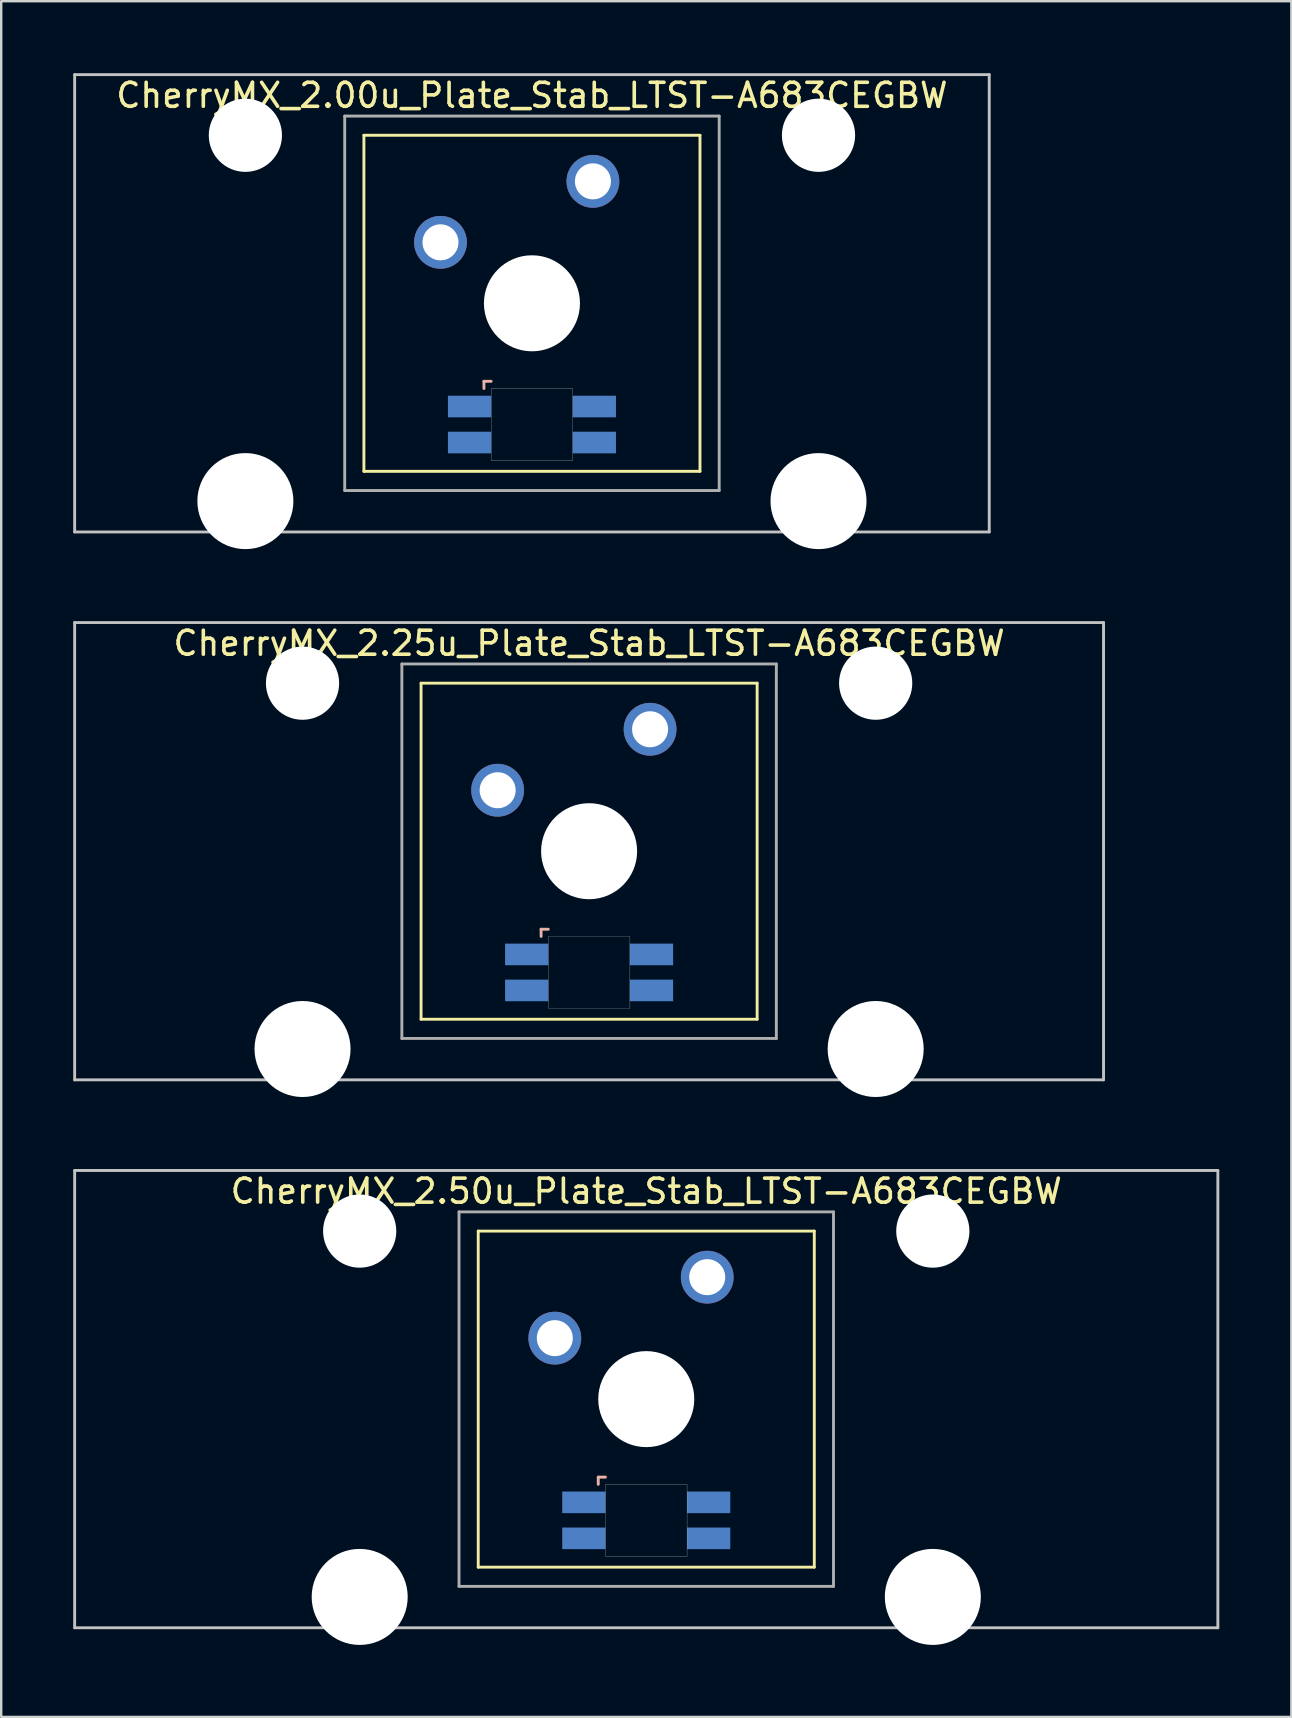
<source format=kicad_pcb>
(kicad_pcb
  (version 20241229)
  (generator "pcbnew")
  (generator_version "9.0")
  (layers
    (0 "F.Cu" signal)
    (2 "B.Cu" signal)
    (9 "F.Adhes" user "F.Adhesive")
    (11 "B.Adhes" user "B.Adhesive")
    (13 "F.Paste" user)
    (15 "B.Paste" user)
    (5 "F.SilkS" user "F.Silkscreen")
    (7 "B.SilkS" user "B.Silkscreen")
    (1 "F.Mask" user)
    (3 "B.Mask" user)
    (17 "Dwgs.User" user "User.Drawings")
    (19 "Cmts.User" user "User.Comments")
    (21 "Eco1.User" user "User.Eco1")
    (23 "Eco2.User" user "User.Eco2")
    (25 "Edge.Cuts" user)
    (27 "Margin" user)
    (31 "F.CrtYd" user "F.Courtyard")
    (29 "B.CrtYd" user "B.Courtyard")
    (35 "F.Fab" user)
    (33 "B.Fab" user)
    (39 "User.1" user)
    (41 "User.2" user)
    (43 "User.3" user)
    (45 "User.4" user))
  (footprint "CherryMX_2.00u_Plate_Stab_LTST-A683CEGBW"
    (layer "F.Cu")
    (at 19.11 9.585)
    (property "Reference" "CherryMX_2.00u_Plate_Stab_LTST-A683CEGBW" (at 0 -8.662 0) (layer "F.SilkS") (effects (font (size 1 1) (thickness 0.15))))
    (attr through_hole)
    (fp_line (start -7 -7) (end -7 7) (stroke (width 0.12) (type solid)) (layer "F.SilkS"))
    (fp_line (start -7 -7) (end 7 -7) (stroke (width 0.12) (type solid)) (layer "F.SilkS"))
    (fp_line (start 7 -7) (end 7 7) (stroke (width 0.12) (type solid)) (layer "F.SilkS"))
    (fp_line (start 7 7) (end -7 7) (stroke (width 0.12) (type solid)) (layer "F.SilkS"))
    (fp_line (start -2 3.25) (end -2 3.55) (stroke (width 0.12) (type solid)) (layer "B.SilkS"))
    (fp_line (start -1.7 3.25) (end -2 3.25) (stroke (width 0.12) (type solid)) (layer "B.SilkS"))
    (fp_line (start -19.05 -9.525) (end 19.05 -9.525) (stroke (width 0.12) (type solid)) (layer "Dwgs.User"))
    (fp_line (start -19.05 9.525) (end -19.05 -9.525) (stroke (width 0.12) (type solid)) (layer "Dwgs.User"))
    (fp_line (start 19.05 -9.525) (end 19.05 9.525) (stroke (width 0.12) (type solid)) (layer "Dwgs.User"))
    (fp_line (start 19.05 9.525) (end -19.05 9.525) (stroke (width 0.12) (type solid)) (layer "Dwgs.User"))
    (fp_poly (pts (xy 1.7 6.55) (xy -1.7 6.55) (xy -1.7 3.55) (xy 1.7 3.55)) (stroke (width 0.01) (type solid)) (fill no) (layer "Edge.Cuts"))
    (fp_line (start -7.8 -7.8) (end -7.8 7.8) (stroke (width 0.12) (type solid)) (layer "F.Fab"))
    (fp_line (start -7.8 -7.8) (end 7.8 -7.8) (stroke (width 0.12) (type solid)) (layer "F.Fab"))
    (fp_line (start -7.8 7.8) (end 7.8 7.8) (stroke (width 0.12) (type solid)) (layer "F.Fab"))
    (fp_line (start 7.8 -7.8) (end 7.8 7.8) (stroke (width 0.12) (type solid)) (layer "F.Fab"))
    (pad "" np_thru_hole circle (at -11.938 -7) (size 3.05 3.05) (drill 3.05) (layers "*.Cu" "*.Mask"))
    (pad "" np_thru_hole circle (at -11.938 8.24) (size 4 4) (drill 4) (layers "*.Cu" "*.Mask"))
    (pad "" np_thru_hole circle (at 0 0) (size 4 4) (drill 4) (layers "*.Cu" "*.Mask"))
    (pad "" np_thru_hole circle (at 11.938 -7) (size 3.05 3.05) (drill 3.05) (layers "*.Cu" "*.Mask"))
    (pad "" np_thru_hole circle (at 11.938 8.24) (size 4 4) (drill 4) (layers "*.Cu" "*.Mask"))
    (pad "1" thru_hole circle (at -3.81 -2.54) (size 2.2 2.2) (drill 1.5) (layers "*.Cu" "*.Mask"))
    (pad "2" thru_hole circle (at 2.54 -5.08) (size 2.2 2.2) (drill 1.5) (layers "*.Cu" "*.Mask"))
    (pad "3" smd rect (at -2.6 4.3) (size 1.8 0.9) (layers "B.Cu" "B.Mask" "B.Paste"))
    (pad "4" smd rect (at -2.6 5.8) (size 1.8 0.9) (layers "B.Cu" "B.Mask" "B.Paste"))
    (pad "5" smd rect (at 2.6 4.3) (size 1.8 0.9) (layers "B.Cu" "B.Mask" "B.Paste"))
    (pad "6" smd rect (at 2.6 5.8) (size 1.8 0.9) (layers "B.Cu" "B.Mask" "B.Paste")))
  (footprint "CherryMX_2.50u_Plate_Stab_LTST-A683CEGBW"
    (layer "F.Cu")
    (at 23.872 55.235)
    (property "Reference" "CherryMX_2.50u_Plate_Stab_LTST-A683CEGBW" (at 0 -8.662 0) (layer "F.SilkS") (effects (font (size 1 1) (thickness 0.15))))
    (attr through_hole)
    (fp_line (start -7 -7) (end -7 7) (stroke (width 0.12) (type solid)) (layer "F.SilkS"))
    (fp_line (start -7 -7) (end 7 -7) (stroke (width 0.12) (type solid)) (layer "F.SilkS"))
    (fp_line (start 7 -7) (end 7 7) (stroke (width 0.12) (type solid)) (layer "F.SilkS"))
    (fp_line (start 7 7) (end -7 7) (stroke (width 0.12) (type solid)) (layer "F.SilkS"))
    (fp_line (start -2 3.25) (end -2 3.55) (stroke (width 0.12) (type solid)) (layer "B.SilkS"))
    (fp_line (start -1.7 3.25) (end -2 3.25) (stroke (width 0.12) (type solid)) (layer "B.SilkS"))
    (fp_line (start -23.812 -9.525) (end 23.812 -9.525) (stroke (width 0.12) (type solid)) (layer "Dwgs.User"))
    (fp_line (start -23.812 9.525) (end -23.812 -9.525) (stroke (width 0.12) (type solid)) (layer "Dwgs.User"))
    (fp_line (start 23.812 -9.525) (end 23.812 9.525) (stroke (width 0.12) (type solid)) (layer "Dwgs.User"))
    (fp_line (start 23.812 9.525) (end -23.812 9.525) (stroke (width 0.12) (type solid)) (layer "Dwgs.User"))
    (fp_poly (pts (xy 1.7 6.55) (xy -1.7 6.55) (xy -1.7 3.55) (xy 1.7 3.55)) (stroke (width 0.01) (type solid)) (fill no) (layer "Edge.Cuts"))
    (fp_line (start -7.8 -7.8) (end -7.8 7.8) (stroke (width 0.12) (type solid)) (layer "F.Fab"))
    (fp_line (start -7.8 -7.8) (end 7.8 -7.8) (stroke (width 0.12) (type solid)) (layer "F.Fab"))
    (fp_line (start -7.8 7.8) (end 7.8 7.8) (stroke (width 0.12) (type solid)) (layer "F.Fab"))
    (fp_line (start 7.8 -7.8) (end 7.8 7.8) (stroke (width 0.12) (type solid)) (layer "F.Fab"))
    (pad "" np_thru_hole circle (at -11.938 -7) (size 3.05 3.05) (drill 3.05) (layers "*.Cu" "*.Mask"))
    (pad "" np_thru_hole circle (at -11.938 8.24) (size 4 4) (drill 4) (layers "*.Cu" "*.Mask"))
    (pad "" np_thru_hole circle (at 0 0) (size 4 4) (drill 4) (layers "*.Cu" "*.Mask"))
    (pad "" np_thru_hole circle (at 11.938 -7) (size 3.05 3.05) (drill 3.05) (layers "*.Cu" "*.Mask"))
    (pad "" np_thru_hole circle (at 11.938 8.24) (size 4 4) (drill 4) (layers "*.Cu" "*.Mask"))
    (pad "1" thru_hole circle (at -3.81 -2.54) (size 2.2 2.2) (drill 1.5) (layers "*.Cu" "*.Mask"))
    (pad "2" thru_hole circle (at 2.54 -5.08) (size 2.2 2.2) (drill 1.5) (layers "*.Cu" "*.Mask"))
    (pad "3" smd rect (at -2.6 4.3) (size 1.8 0.9) (layers "B.Cu" "B.Mask" "B.Paste"))
    (pad "4" smd rect (at -2.6 5.8) (size 1.8 0.9) (layers "B.Cu" "B.Mask" "B.Paste"))
    (pad "5" smd rect (at 2.6 4.3) (size 1.8 0.9) (layers "B.Cu" "B.Mask" "B.Paste"))
    (pad "6" smd rect (at 2.6 5.8) (size 1.8 0.9) (layers "B.Cu" "B.Mask" "B.Paste")))
  (footprint "CherryMX_2.25u_Plate_Stab_LTST-A683CEGBW"
    (layer "F.Cu")
    (at 21.491 32.41)
    (property "Reference" "CherryMX_2.25u_Plate_Stab_LTST-A683CEGBW" (at 0 -8.662 0) (layer "F.SilkS") (effects (font (size 1 1) (thickness 0.15))))
    (attr through_hole)
    (fp_line (start -7 -7) (end -7 7) (stroke (width 0.12) (type solid)) (layer "F.SilkS"))
    (fp_line (start -7 -7) (end 7 -7) (stroke (width 0.12) (type solid)) (layer "F.SilkS"))
    (fp_line (start 7 -7) (end 7 7) (stroke (width 0.12) (type solid)) (layer "F.SilkS"))
    (fp_line (start 7 7) (end -7 7) (stroke (width 0.12) (type solid)) (layer "F.SilkS"))
    (fp_line (start -2 3.25) (end -2 3.55) (stroke (width 0.12) (type solid)) (layer "B.SilkS"))
    (fp_line (start -1.7 3.25) (end -2 3.25) (stroke (width 0.12) (type solid)) (layer "B.SilkS"))
    (fp_line (start -21.431 -9.525) (end 21.431 -9.525) (stroke (width 0.12) (type solid)) (layer "Dwgs.User"))
    (fp_line (start -21.431 9.525) (end -21.431 -9.525) (stroke (width 0.12) (type solid)) (layer "Dwgs.User"))
    (fp_line (start 21.431 -9.525) (end 21.431 9.525) (stroke (width 0.12) (type solid)) (layer "Dwgs.User"))
    (fp_line (start 21.431 9.525) (end -21.431 9.525) (stroke (width 0.12) (type solid)) (layer "Dwgs.User"))
    (fp_poly (pts (xy 1.7 6.55) (xy -1.7 6.55) (xy -1.7 3.55) (xy 1.7 3.55)) (stroke (width 0.01) (type solid)) (fill no) (layer "Edge.Cuts"))
    (fp_line (start -7.8 -7.8) (end -7.8 7.8) (stroke (width 0.12) (type solid)) (layer "F.Fab"))
    (fp_line (start -7.8 -7.8) (end 7.8 -7.8) (stroke (width 0.12) (type solid)) (layer "F.Fab"))
    (fp_line (start -7.8 7.8) (end 7.8 7.8) (stroke (width 0.12) (type solid)) (layer "F.Fab"))
    (fp_line (start 7.8 -7.8) (end 7.8 7.8) (stroke (width 0.12) (type solid)) (layer "F.Fab"))
    (pad "" np_thru_hole circle (at -11.938 -7) (size 3.05 3.05) (drill 3.05) (layers "*.Cu" "*.Mask"))
    (pad "" np_thru_hole circle (at -11.938 8.24) (size 4 4) (drill 4) (layers "*.Cu" "*.Mask"))
    (pad "" np_thru_hole circle (at 0 0) (size 4 4) (drill 4) (layers "*.Cu" "*.Mask"))
    (pad "" np_thru_hole circle (at 11.938 -7) (size 3.05 3.05) (drill 3.05) (layers "*.Cu" "*.Mask"))
    (pad "" np_thru_hole circle (at 11.938 8.24) (size 4 4) (drill 4) (layers "*.Cu" "*.Mask"))
    (pad "1" thru_hole circle (at -3.81 -2.54) (size 2.2 2.2) (drill 1.5) (layers "*.Cu" "*.Mask"))
    (pad "2" thru_hole circle (at 2.54 -5.08) (size 2.2 2.2) (drill 1.5) (layers "*.Cu" "*.Mask"))
    (pad "3" smd rect (at -2.6 4.3) (size 1.8 0.9) (layers "B.Cu" "B.Mask" "B.Paste"))
    (pad "4" smd rect (at -2.6 5.8) (size 1.8 0.9) (layers "B.Cu" "B.Mask" "B.Paste"))
    (pad "5" smd rect (at 2.6 4.3) (size 1.8 0.9) (layers "B.Cu" "B.Mask" "B.Paste"))
    (pad "6" smd rect (at 2.6 5.8) (size 1.8 0.9) (layers "B.Cu" "B.Mask" "B.Paste")))
  (gr_rect
    (start -3 -3)
    (end 50.745 68.475)
    (stroke (width 0.1) (type default))
    (fill no)
    (layer "Edge.Cuts")))
</source>
